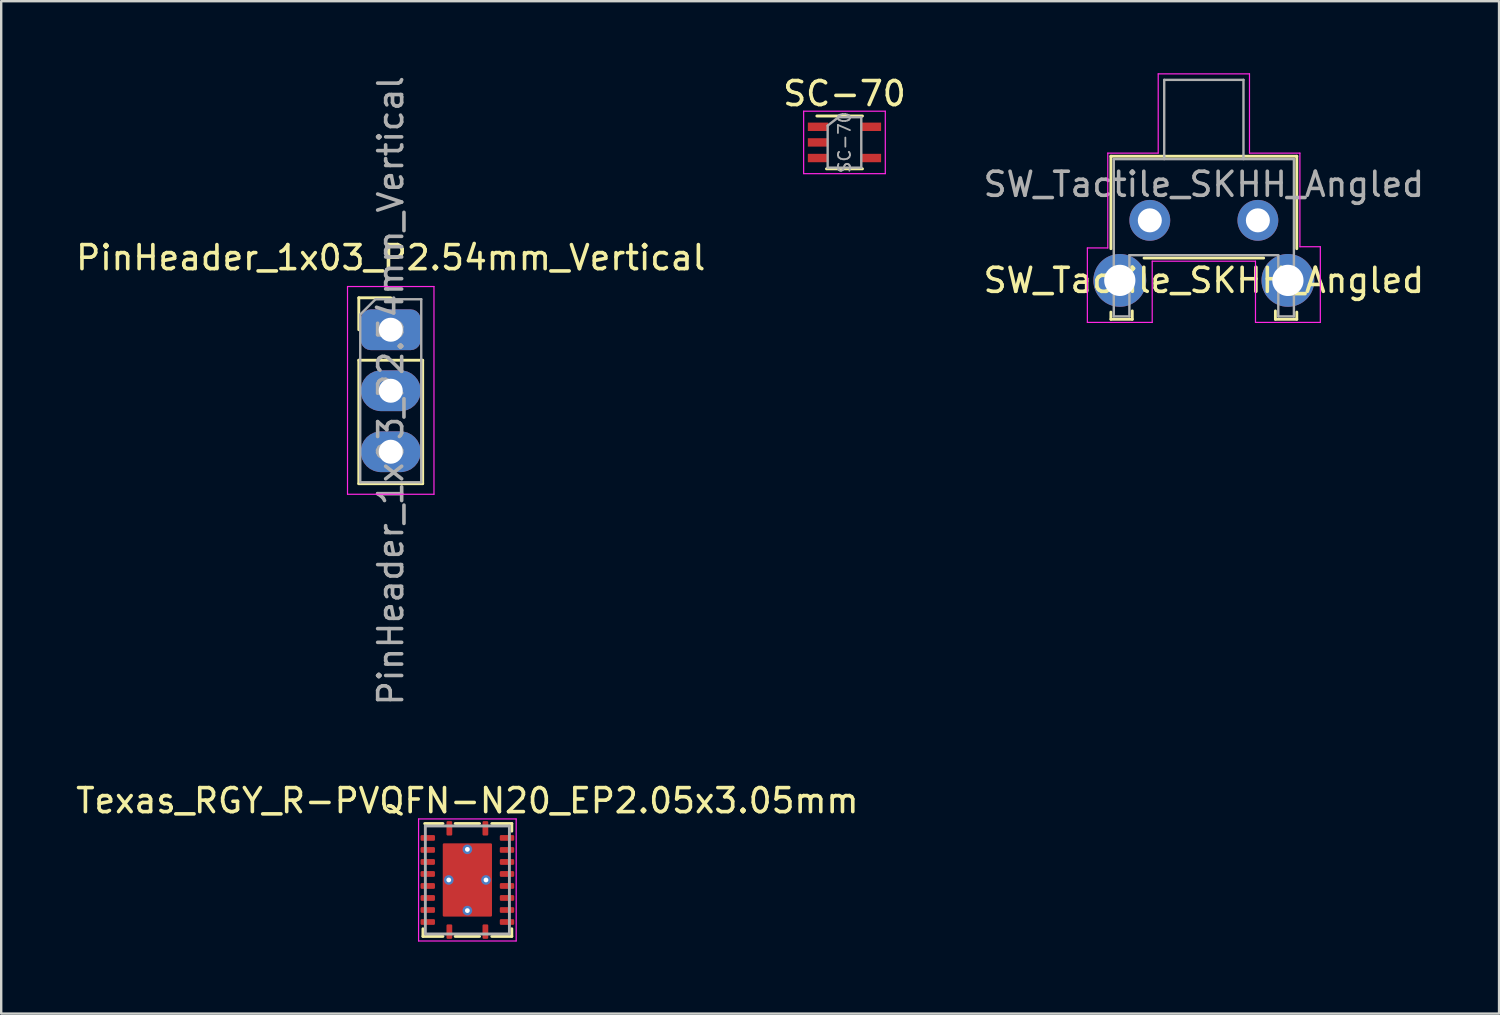
<source format=kicad_pcb>
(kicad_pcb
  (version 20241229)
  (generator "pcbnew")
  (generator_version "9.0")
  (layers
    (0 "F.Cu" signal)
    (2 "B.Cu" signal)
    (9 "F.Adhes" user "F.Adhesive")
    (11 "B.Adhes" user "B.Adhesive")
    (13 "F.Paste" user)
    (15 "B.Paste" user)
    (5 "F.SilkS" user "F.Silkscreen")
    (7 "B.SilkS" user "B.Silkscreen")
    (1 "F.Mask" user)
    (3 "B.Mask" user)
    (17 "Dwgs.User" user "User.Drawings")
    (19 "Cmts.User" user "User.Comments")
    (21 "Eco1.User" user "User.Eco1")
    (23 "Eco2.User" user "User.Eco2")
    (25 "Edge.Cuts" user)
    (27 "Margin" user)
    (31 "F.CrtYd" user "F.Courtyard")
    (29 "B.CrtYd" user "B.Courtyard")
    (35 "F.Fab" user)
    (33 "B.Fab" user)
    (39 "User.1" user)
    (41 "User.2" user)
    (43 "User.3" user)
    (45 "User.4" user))
  (footprint "SW_Tactile_SKHH_Angled"
    (layer "F.Cu")
    (at 44.827 6.125)
    (property "Reference" "SW_Tactile_SKHH_Angled" (at 2.25 2.5 0) (layer "F.SilkS") (effects (font (size 1 1) (thickness 0.15))))
    (attr through_hole)
    (fp_circle (center -1.25 2.5) (end -1.885 2.5) (stroke (width 0.1) (type solid)) (fill no) (layer "F.Mask"))
    (fp_circle (center 0 0) (end -0.445 0) (stroke (width 0.1) (type solid)) (fill no) (layer "F.Mask"))
    (fp_circle (center 4.5 0) (end 4.056 0) (stroke (width 0.1) (type solid)) (fill no) (layer "F.Mask"))
    (fp_circle (center 5.75 2.5) (end 5.115 2.5) (stroke (width 0.1) (type solid)) (fill no) (layer "F.Mask"))
    (fp_circle (center -1.25 2.5) (end -2.393 2.5) (stroke (width 0.1) (type solid)) (fill no) (layer "B.Mask"))
    (fp_circle (center 0 0) (end -0.889 0) (stroke (width 0.1) (type solid)) (fill no) (layer "B.Mask"))
    (fp_circle (center 4.5 0) (end 3.611 0) (stroke (width 0.1) (type solid)) (fill no) (layer "B.Mask"))
    (fp_circle (center 5.75 2.5) (end 4.607 2.5) (stroke (width 0.1) (type solid)) (fill no) (layer "B.Mask"))
    (fp_line (start -1.62 -2.67) (end -1.62 1.18) (stroke (width 0.12) (type solid)) (layer "F.SilkS"))
    (fp_line (start -1.62 3.82) (end -1.62 4.12) (stroke (width 0.12) (type solid)) (layer "F.SilkS"))
    (fp_line (start -0.73 4.12) (end -1.62 4.12) (stroke (width 0.12) (type solid)) (layer "F.SilkS"))
    (fp_line (start -0.73 4.12) (end -0.73 3.77) (stroke (width 0.12) (type solid)) (layer "F.SilkS"))
    (fp_line (start -0.24 1.57) (end 4.74 1.57) (stroke (width 0.12) (type solid)) (layer "F.SilkS"))
    (fp_line (start 5.23 4.12) (end 5.23 3.77) (stroke (width 0.12) (type solid)) (layer "F.SilkS"))
    (fp_line (start 6.12 -2.67) (end -1.62 -2.67) (stroke (width 0.12) (type solid)) (layer "F.SilkS"))
    (fp_line (start 6.12 1.18) (end 6.12 -2.67) (stroke (width 0.12) (type solid)) (layer "F.SilkS"))
    (fp_line (start 6.12 3.82) (end 6.12 4.12) (stroke (width 0.12) (type solid)) (layer "F.SilkS"))
    (fp_line (start 6.12 4.12) (end 5.23 4.12) (stroke (width 0.12) (type solid)) (layer "F.SilkS"))
    (fp_line (start -2.6 1.15) (end -1.75 1.15) (stroke (width 0.05) (type solid)) (layer "F.CrtYd"))
    (fp_line (start -2.6 4.25) (end -2.6 1.15) (stroke (width 0.05) (type solid)) (layer "F.CrtYd"))
    (fp_line (start -1.75 1.15) (end -1.75 -2.8) (stroke (width 0.05) (type solid)) (layer "F.CrtYd"))
    (fp_line (start 0.1 1.7) (end 4.4 1.7) (stroke (width 0.05) (type solid)) (layer "F.CrtYd"))
    (fp_line (start 0.1 4.25) (end -2.6 4.25) (stroke (width 0.05) (type solid)) (layer "F.CrtYd"))
    (fp_line (start 0.1 4.25) (end 0.1 1.7) (stroke (width 0.05) (type solid)) (layer "F.CrtYd"))
    (fp_line (start 0.35 -6.1) (end 0.35 -2.8) (stroke (width 0.05) (type solid)) (layer "F.CrtYd"))
    (fp_line (start 0.35 -2.8) (end -1.75 -2.8) (stroke (width 0.05) (type solid)) (layer "F.CrtYd"))
    (fp_line (start 4.15 -6.1) (end 0.35 -6.1) (stroke (width 0.05) (type solid)) (layer "F.CrtYd"))
    (fp_line (start 4.15 -2.8) (end 4.15 -6.1) (stroke (width 0.05) (type solid)) (layer "F.CrtYd"))
    (fp_line (start 4.4 1.7) (end 4.4 4.25) (stroke (width 0.05) (type solid)) (layer "F.CrtYd"))
    (fp_line (start 4.4 4.25) (end 7.1 4.25) (stroke (width 0.05) (type solid)) (layer "F.CrtYd"))
    (fp_line (start 6.25 -2.8) (end 4.15 -2.8) (stroke (width 0.05) (type solid)) (layer "F.CrtYd"))
    (fp_line (start 6.25 1.1) (end 6.25 -2.8) (stroke (width 0.05) (type solid)) (layer "F.CrtYd"))
    (fp_line (start 7.1 1.1) (end 6.25 1.1) (stroke (width 0.05) (type solid)) (layer "F.CrtYd"))
    (fp_line (start 7.1 4.25) (end 7.1 1.1) (stroke (width 0.05) (type solid)) (layer "F.CrtYd"))
    (fp_line (start -1.5 4) (end -1.5 -2.55) (stroke (width 0.1) (type solid)) (layer "F.Fab"))
    (fp_line (start -0.85 1.45) (end -0.85 4) (stroke (width 0.1) (type solid)) (layer "F.Fab"))
    (fp_line (start -0.85 4) (end -1.5 4) (stroke (width 0.1) (type solid)) (layer "F.Fab"))
    (fp_line (start 0.6 -5.85) (end 3.9 -5.85) (stroke (width 0.1) (type solid)) (layer "F.Fab"))
    (fp_line (start 0.6 -2.55) (end 0.6 -5.85) (stroke (width 0.1) (type solid)) (layer "F.Fab"))
    (fp_line (start 3.9 -2.55) (end 3.9 -5.85) (stroke (width 0.1) (type solid)) (layer "F.Fab"))
    (fp_line (start 5.35 1.45) (end -0.85 1.45) (stroke (width 0.1) (type solid)) (layer "F.Fab"))
    (fp_line (start 5.35 1.45) (end 5.35 4) (stroke (width 0.1) (type solid)) (layer "F.Fab"))
    (fp_line (start 6 -2.55) (end -1.5 -2.55) (stroke (width 0.1) (type solid)) (layer "F.Fab"))
    (fp_line (start 6 -2.55) (end 6 4) (stroke (width 0.1) (type solid)) (layer "F.Fab"))
    (fp_line (start 6 4) (end 5.35 4) (stroke (width 0.1) (type solid)) (layer "F.Fab"))
    (fp_text user "${REFERENCE}" (at 2.25 -1.5 0) (layer "F.Fab") (effects (font (size 1 1) (thickness 0.15))))
    (pad "1" thru_hole circle (at 0 0 180) (size 1.7 1.7) (drill 1) (layers "*.Cu" "*.Mask"))
    (pad "2" thru_hole circle (at 4.5 0 180) (size 1.7 1.7) (drill 1) (layers "*.Cu" "*.Mask"))
    (pad "3" thru_hole circle (at 5.75 2.5 180) (size 2.2 2.2) (drill 1.3) (layers "*.Cu" "*.Mask"))
    (pad "4" thru_hole circle (at -1.25 2.5 180) (size 2.2 2.2) (drill 1.3) (layers "*.Cu" "*.Mask")))
  (footprint "PinHeader_1x03_P2.54mm_Vertical"
    (layer "F.Cu")
    (at 13.22 10.68)
    (property "Reference" "PinHeader_1x03_P2.54mm_Vertical" (at 0 -3 0) (layer "F.SilkS") (effects (font (size 1 1) (thickness 0.15))))
    (attr through_hole)
    (fp_line (start -1.33 -1.33) (end 0 -1.33) (stroke (width 0.12) (type solid)) (layer "F.SilkS"))
    (fp_line (start -1.33 0) (end -1.33 -1.33) (stroke (width 0.12) (type solid)) (layer "F.SilkS"))
    (fp_line (start -1.33 1.27) (end -1.33 6.41) (stroke (width 0.12) (type solid)) (layer "F.SilkS"))
    (fp_line (start -1.33 1.27) (end 1.33 1.27) (stroke (width 0.12) (type solid)) (layer "F.SilkS"))
    (fp_line (start -1.33 6.41) (end 1.33 6.41) (stroke (width 0.12) (type solid)) (layer "F.SilkS"))
    (fp_line (start 1.33 1.27) (end 1.33 6.41) (stroke (width 0.12) (type solid)) (layer "F.SilkS"))
    (fp_line (start -1.8 -1.8) (end -1.8 6.85) (stroke (width 0.05) (type solid)) (layer "F.CrtYd"))
    (fp_line (start -1.8 6.85) (end 1.8 6.85) (stroke (width 0.05) (type solid)) (layer "F.CrtYd"))
    (fp_line (start 1.8 -1.8) (end -1.8 -1.8) (stroke (width 0.05) (type solid)) (layer "F.CrtYd"))
    (fp_line (start 1.8 6.85) (end 1.8 -1.8) (stroke (width 0.05) (type solid)) (layer "F.CrtYd"))
    (fp_line (start -1.27 -0.635) (end -0.635 -1.27) (stroke (width 0.1) (type solid)) (layer "F.Fab"))
    (fp_line (start -1.27 6.35) (end -1.27 -0.635) (stroke (width 0.1) (type solid)) (layer "F.Fab"))
    (fp_line (start -0.635 -1.27) (end 1.27 -1.27) (stroke (width 0.1) (type solid)) (layer "F.Fab"))
    (fp_line (start 1.27 -1.27) (end 1.27 6.35) (stroke (width 0.1) (type solid)) (layer "F.Fab"))
    (fp_line (start 1.27 6.35) (end -1.27 6.35) (stroke (width 0.1) (type solid)) (layer "F.Fab"))
    (fp_text user "${REFERENCE}" (at 0 2.54 90) (layer "F.Fab") (effects (font (size 1 1) (thickness 0.15))))
    (pad "1" thru_hole roundrect (at 0 0) (size 2.5 1.7) (drill 1) (layers "*.Cu" "*.Mask") (roundrect_rratio 0.25))
    (pad "2" thru_hole roundrect (at 0 2.54) (size 2.5 1.7) (drill 1) (layers "*.Cu" "*.Mask") (roundrect_rratio 0.5))
    (pad "3" thru_hole roundrect (at 0 5.08) (size 2.5 1.7) (drill 1) (layers "*.Cu" "*.Mask") (roundrect_rratio 0.5)))
  (footprint "SC-70"
    (layer "F.Cu")
    (at 32.113 2.88)
    (property "Reference" "SC-70" (at 0 -2.032 0) (layer "F.SilkS") (effects (font (size 1 1) (thickness 0.15))))
    (attr smd)
    (fp_line (start -0.75 1.1) (end 0.75 1.1) (stroke (width 0.12) (type solid)) (layer "F.SilkS"))
    (fp_line (start 0.75 -1.1) (end -1.15 -1.1) (stroke (width 0.12) (type solid)) (layer "F.SilkS"))
    (fp_line (start -1.7 -1.3) (end 1.7 -1.3) (stroke (width 0.05) (type solid)) (layer "F.CrtYd"))
    (fp_line (start -1.7 1.3) (end -1.7 -1.3) (stroke (width 0.05) (type solid)) (layer "F.CrtYd"))
    (fp_line (start 1.7 -1.3) (end 1.7 1.3) (stroke (width 0.05) (type solid)) (layer "F.CrtYd"))
    (fp_line (start 1.7 1.3) (end -1.7 1.3) (stroke (width 0.05) (type solid)) (layer "F.CrtYd"))
    (fp_line (start -0.7 -0.7) (end -0.7 1.05) (stroke (width 0.1) (type solid)) (layer "F.Fab"))
    (fp_line (start -0.7 -0.7) (end -0.25 -1.05) (stroke (width 0.1) (type solid)) (layer "F.Fab"))
    (fp_line (start 0.7 -1.05) (end -0.25 -1.05) (stroke (width 0.1) (type solid)) (layer "F.Fab"))
    (fp_line (start 0.7 -1.05) (end 0.7 1.05) (stroke (width 0.1) (type solid)) (layer "F.Fab"))
    (fp_line (start 0.7 1.05) (end -0.7 1.05) (stroke (width 0.1) (type solid)) (layer "F.Fab"))
    (fp_text user "${REFERENCE}" (at 0 0 90) (layer "F.Fab") (effects (font (size 0.5 0.5) (thickness 0.075))))
    (pad "1" smd rect (at -1.1 -0.65) (size 0.85 0.35) (layers "F.Cu" "F.Mask" "F.Paste"))
    (pad "2" smd rect (at -1.1 0) (size 0.85 0.35) (layers "F.Cu" "F.Mask" "F.Paste"))
    (pad "3" smd rect (at -1.1 0.65) (size 0.85 0.35) (layers "F.Cu" "F.Mask" "F.Paste"))
    (pad "4" smd rect (at 1.1 0.65) (size 0.85 0.35) (layers "F.Cu" "F.Mask" "F.Paste"))
    (pad "5" smd rect (at 1.1 -0.65) (size 0.85 0.35) (layers "F.Cu" "F.Mask" "F.Paste")))
  (footprint "Texas_RGY_R-PVQFN-N20_EP2.05x3.05mm"
    (layer "F.Cu")
    (at 16.411 33.591)
    (property "Reference" "Texas_RGY_R-PVQFN-N20_EP2.05x3.05mm" (at 0 -3.302 0) (layer "F.SilkS") (effects (font (size 1 1) (thickness 0.15))))
    (attr through_hole)
    (fp_line (start -1.85 2.35) (end -1.85 2.032) (stroke (width 0.12) (type solid)) (layer "F.SilkS"))
    (fp_line (start -1.778 -2.35) (end -1.016 -2.35) (stroke (width 0.12) (type solid)) (layer "F.SilkS"))
    (fp_line (start -1.016 2.35) (end -1.85 2.35) (stroke (width 0.12) (type solid)) (layer "F.SilkS"))
    (fp_line (start -0.508 -2.35) (end 0.508 -2.35) (stroke (width 0.12) (type solid)) (layer "F.SilkS"))
    (fp_line (start -0.508 2.35) (end 0.508 2.35) (stroke (width 0.12) (type solid)) (layer "F.SilkS"))
    (fp_line (start 1.016 -2.35) (end 1.85 -2.35) (stroke (width 0.12) (type solid)) (layer "F.SilkS"))
    (fp_line (start 1.85 -2.35) (end 1.85 -2.032) (stroke (width 0.12) (type solid)) (layer "F.SilkS"))
    (fp_line (start 1.85 2.032) (end 1.85 2.35) (stroke (width 0.12) (type solid)) (layer "F.SilkS"))
    (fp_line (start 1.85 2.35) (end 1.016 2.35) (stroke (width 0.12) (type solid)) (layer "F.SilkS"))
    (fp_line (start -2.032 -2.54) (end 2.032 -2.54) (stroke (width 0.05) (type solid)) (layer "F.CrtYd"))
    (fp_line (start -2.032 2.54) (end -2.032 -2.54) (stroke (width 0.05) (type solid)) (layer "F.CrtYd"))
    (fp_line (start 2.032 -2.54) (end 2.032 2.54) (stroke (width 0.05) (type solid)) (layer "F.CrtYd"))
    (fp_line (start 2.032 2.54) (end -2.032 2.54) (stroke (width 0.05) (type solid)) (layer "F.CrtYd"))
    (fp_line (start -1.75 -2.25) (end 1.75 -2.25) (stroke (width 0.12) (type solid)) (layer "F.Fab"))
    (fp_line (start -1.75 2.25) (end -1.75 -2.25) (stroke (width 0.12) (type solid)) (layer "F.Fab"))
    (fp_line (start 1.75 -2.25) (end 1.75 2.25) (stroke (width 0.12) (type solid)) (layer "F.Fab"))
    (fp_line (start 1.75 2.25) (end -1.75 2.25) (stroke (width 0.12) (type solid)) (layer "F.Fab"))
    (pad "1" smd roundrect (at -0.75 -2.15) (size 0.24 0.6) (layers "F.Cu" "F.Mask" "F.Paste") (roundrect_rratio 0.208))
    (pad "2" smd roundrect (at -1.65 -1.75) (size 0.6 0.24) (layers "F.Cu" "F.Mask" "F.Paste") (roundrect_rratio 0.208))
    (pad "3" smd roundrect (at -1.65 -1.25) (size 0.6 0.24) (layers "F.Cu" "F.Mask" "F.Paste") (roundrect_rratio 0.208))
    (pad "4" smd roundrect (at -1.65 -0.75) (size 0.6 0.24) (layers "F.Cu" "F.Mask" "F.Paste") (roundrect_rratio 0.208))
    (pad "5" smd roundrect (at -1.65 -0.25) (size 0.6 0.24) (layers "F.Cu" "F.Mask" "F.Paste") (roundrect_rratio 0.208))
    (pad "6" smd roundrect (at -1.65 0.25) (size 0.6 0.24) (layers "F.Cu" "F.Mask" "F.Paste") (roundrect_rratio 0.208))
    (pad "7" smd roundrect (at -1.65 0.75) (size 0.6 0.24) (layers "F.Cu" "F.Mask" "F.Paste") (roundrect_rratio 0.208))
    (pad "8" smd roundrect (at -1.65 1.25) (size 0.6 0.24) (layers "F.Cu" "F.Mask" "F.Paste") (roundrect_rratio 0.208))
    (pad "9" smd roundrect (at -1.65 1.75) (size 0.6 0.24) (layers "F.Cu" "F.Mask" "F.Paste") (roundrect_rratio 0.208))
    (pad "10" smd roundrect (at -0.75 2.15 90) (size 0.6 0.24) (layers "F.Cu" "F.Mask" "F.Paste") (roundrect_rratio 0.208))
    (pad "11" smd roundrect (at 0.75 2.15 270) (size 0.6 0.24) (layers "F.Cu" "F.Mask" "F.Paste") (roundrect_rratio 0.208))
    (pad "12" smd roundrect (at 1.65 1.75 180) (size 0.6 0.24) (layers "F.Cu" "F.Mask" "F.Paste") (roundrect_rratio 0.208))
    (pad "13" smd roundrect (at 1.65 1.25 180) (size 0.6 0.24) (layers "F.Cu" "F.Mask" "F.Paste") (roundrect_rratio 0.208))
    (pad "14" smd roundrect (at 1.65 0.75 180) (size 0.6 0.24) (layers "F.Cu" "F.Mask" "F.Paste") (roundrect_rratio 0.208))
    (pad "15" smd roundrect (at 1.65 0.25 180) (size 0.6 0.24) (layers "F.Cu" "F.Mask" "F.Paste") (roundrect_rratio 0.208))
    (pad "16" smd roundrect (at 1.65 -0.25 180) (size 0.6 0.24) (layers "F.Cu" "F.Mask" "F.Paste") (roundrect_rratio 0.208))
    (pad "17" smd roundrect (at 1.65 -0.75 180) (size 0.6 0.24) (layers "F.Cu" "F.Mask" "F.Paste") (roundrect_rratio 0.208))
    (pad "18" smd roundrect (at 1.65 -1.25 180) (size 0.6 0.24) (layers "F.Cu" "F.Mask" "F.Paste") (roundrect_rratio 0.208))
    (pad "19" smd roundrect (at 1.65 -1.75 180) (size 0.6 0.24) (layers "F.Cu" "F.Mask" "F.Paste") (roundrect_rratio 0.208))
    (pad "20" smd roundrect (at 0.75 -2.15 270) (size 0.6 0.24) (layers "F.Cu" "F.Mask" "F.Paste") (roundrect_rratio 0.208))
    (pad "21" thru_hole circle (at -0.775 0 270) (size 0.4 0.4) (drill 0.2) (layers "*.Cu" "*.Mask"))
    (pad "21" thru_hole circle (at 0 -1.275 270) (size 0.4 0.4) (drill 0.2) (layers "*.Cu" "*.Mask"))
    (pad "21" smd roundrect (at 0 0 270) (size 3.05 2.05) (layers "F.Cu" "F.Mask" "F.Paste") (roundrect_rratio 0.024))
    (pad "21" thru_hole circle (at 0 1.275 270) (size 0.4 0.4) (drill 0.2) (layers "*.Cu" "*.Mask"))
    (pad "21" thru_hole circle (at 0.775 0 270) (size 0.4 0.4) (drill 0.2) (layers "*.Cu" "*.Mask")))
  (gr_rect
    (start -3 -3)
    (end 59.369 39.156)
    (stroke (width 0.1) (type default))
    (fill no)
    (layer "Edge.Cuts")))
</source>
